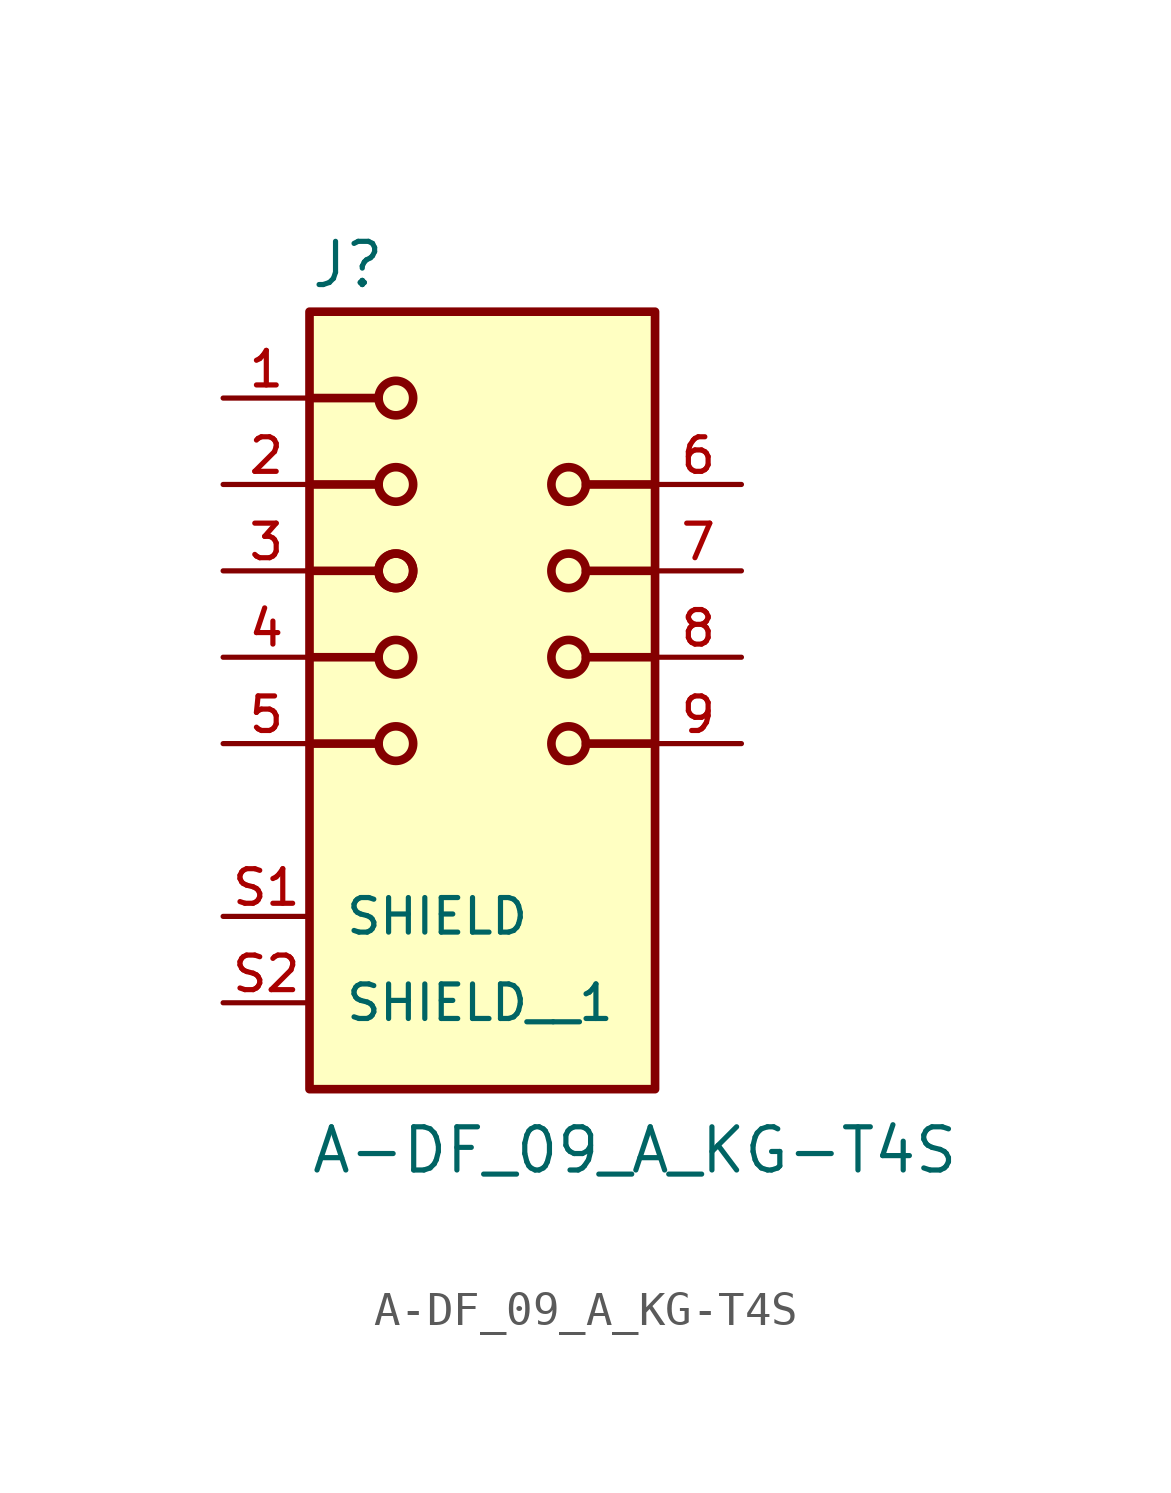
<source format=kicad_sym>
(kicad_symbol_lib
  (version 20211014)
  (generator kicad_symbol_editor)
  (symbol "A-DF_09_A_KG-T4S"
    (pin_names
      (offset 1.016))
    (property "Reference" "J"
      (at -5.08 10.795 0)
      (effects (font (size 1.27 1.27)) (justify bottom left)))
    (property "Value" "A-DF_09_A_KG-T4S"
      (at -5.08 -15.24 0)
      (effects (font (size 1.27 1.27)) (justify bottom left)))
    (symbol "A-DF_09_A_KG-T4S_0_0"
      (circle (center -2.54 7.62) (radius 0.508) (stroke (width 0.254)) (fill (type none)))
      (polyline (pts (xy -5.08 7.62) (xy -3.048 7.62)) (stroke (width 0.254)))
      (circle (center -2.54 5.08) (radius 0.508) (stroke (width 0.254)) (fill (type none)))
      (circle (center -2.54 2.54) (radius 0.508) (stroke (width 0.254)) (fill (type none)))
      (circle (center -2.54 0.0) (radius 0.508) (stroke (width 0.254)) (fill (type none)))
      (circle (center -2.54 -2.54) (radius 0.508) (stroke (width 0.254)) (fill (type none)))
      (circle (center 2.54 5.08) (radius 0.508) (stroke (width 0.254)) (fill (type none)))
      (circle (center 2.54 2.54) (radius 0.508) (stroke (width 0.254)) (fill (type none)))
      (circle (center 2.54 0.0) (radius 0.508) (stroke (width 0.254)) (fill (type none)))
      (circle (center 2.54 -2.54) (radius 0.508) (stroke (width 0.254)) (fill (type none)))
      (polyline (pts (xy -5.08 5.08) (xy -3.048 5.08)) (stroke (width 0.254)))
      (polyline (pts (xy -5.08 2.54) (xy -3.048 2.54)) (stroke (width 0.254)))
      (circle (center -2.54 2.54) (radius 0.508) (stroke (width 0.254)) (fill (type none)))
      (polyline (pts (xy -5.08 0.0) (xy -3.048 0.0)) (stroke (width 0.254)))
      (polyline (pts (xy -5.08 -2.54) (xy -3.048 -2.54)) (stroke (width 0.254)))
      (polyline (pts (xy 5.08 5.08) (xy 3.048 5.08)) (stroke (width 0.254)))
      (polyline (pts (xy 5.08 2.54) (xy 3.048 2.54)) (stroke (width 0.254)))
      (polyline (pts (xy 5.08 0.0) (xy 3.048 0.0)) (stroke (width 0.254)))
      (polyline (pts (xy 5.08 -2.54) (xy 3.048 -2.54)) (stroke (width 0.254)))
      (rectangle (start -5.08 -12.7) (end 5.08 10.16) (stroke (width 0.254)) (fill (type background)))
      (pin passive line (at -7.62 7.62 0) (length 2.54) (name "~" (effects (font (size 1.016 1.016)))) (number "1" (effects (font (size 1.016 1.016)))))
      (pin passive line (at -7.62 5.08 0) (length 2.54) (name "~" (effects (font (size 1.016 1.016)))) (number "2" (effects (font (size 1.016 1.016)))))
      (pin passive line (at -7.62 2.54 0) (length 2.54) (name "~" (effects (font (size 1.016 1.016)))) (number "3" (effects (font (size 1.016 1.016)))))
      (pin passive line (at -7.62 0.0 0) (length 2.54) (name "~" (effects (font (size 1.016 1.016)))) (number "4" (effects (font (size 1.016 1.016)))))
      (pin passive line (at -7.62 -2.54 0) (length 2.54) (name "~" (effects (font (size 1.016 1.016)))) (number "5" (effects (font (size 1.016 1.016)))))
      (pin passive line (at 7.62 5.08 180.0) (length 2.54) (name "~" (effects (font (size 1.016 1.016)))) (number "6" (effects (font (size 1.016 1.016)))))
      (pin passive line (at 7.62 2.54 180.0) (length 2.54) (name "~" (effects (font (size 1.016 1.016)))) (number "7" (effects (font (size 1.016 1.016)))))
      (pin passive line (at 7.62 0.0 180.0) (length 2.54) (name "~" (effects (font (size 1.016 1.016)))) (number "8" (effects (font (size 1.016 1.016)))))
      (pin passive line (at 7.62 -2.54 180.0) (length 2.54) (name "~" (effects (font (size 1.016 1.016)))) (number "9" (effects (font (size 1.016 1.016)))))
      (pin passive line (at -7.62 -7.62 0) (length 2.54) (name "SHIELD" (effects (font (size 1.016 1.016)))) (number "S1" (effects (font (size 1.016 1.016)))))
      (pin passive line (at -7.62 -10.16 0) (length 2.54) (name "SHIELD__1" (effects (font (size 1.016 1.016)))) (number "S2" (effects (font (size 1.016 1.016))))))))
</source>
